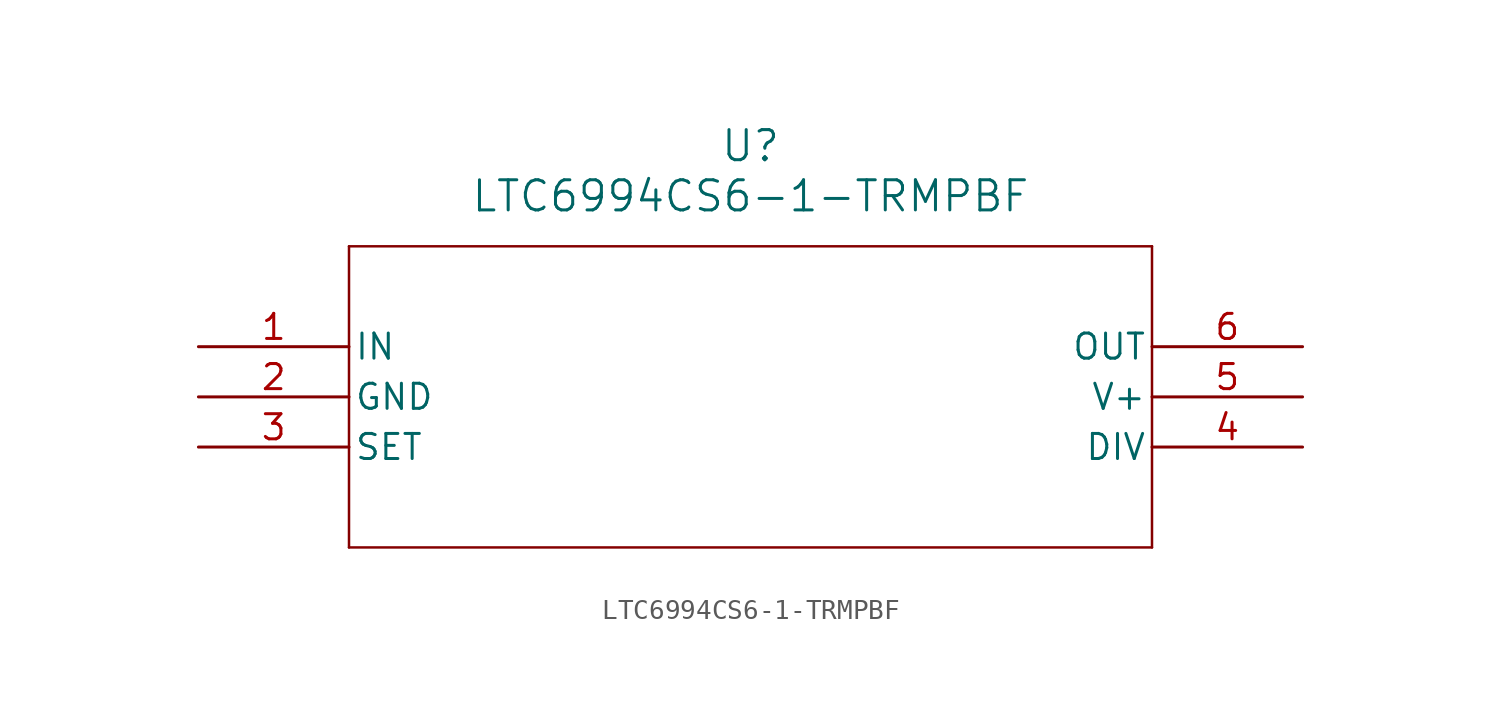
<source format=kicad_sym>
(kicad_symbol_lib
  (version 20211014)
  (generator kicad_symbol_editor)
  (symbol "LTC6994CS6-1-TRMPBF"
    (pin_names
      (offset 0.254))
    (property "Reference" "U"
      (at 27.94 10.16 0)
      (effects (font (size 1.524 1.524))))
    (property "Value" "LTC6994CS6-1-TRMPBF"
      (at 27.94 7.62 0)
      (effects (font (size 1.524 1.524))))
    (symbol "LTC6994CS6-1-TRMPBF_0_1"
      (polyline (pts (xy 7.62 5.08) (xy 7.62 -10.16)) (stroke (width 0.127) (type default) (color 0 0 0 0)) (fill (type none)))
      (polyline (pts (xy 7.62 -10.16) (xy 48.26 -10.16)) (stroke (width 0.127) (type default) (color 0 0 0 0)) (fill (type none)))
      (polyline (pts (xy 48.26 -10.16) (xy 48.26 5.08)) (stroke (width 0.127) (type default) (color 0 0 0 0)) (fill (type none)))
      (polyline (pts (xy 48.26 5.08) (xy 7.62 5.08)) (stroke (width 0.127) (type default) (color 0 0 0 0)) (fill (type none)))
      (pin input line (at 0 0 0) (length 7.62) (name "IN" (effects (font (size 1.27 1.27)))) (number "1" (effects (font (size 1.27 1.27)))))
      (pin power_in line (at 0 -2.54 0) (length 7.62) (name "GND" (effects (font (size 1.27 1.27)))) (number "2" (effects (font (size 1.27 1.27)))))
      (pin input line (at 0 -5.08 0) (length 7.62) (name "SET" (effects (font (size 1.27 1.27)))) (number "3" (effects (font (size 1.27 1.27)))))
      (pin input line (at 55.88 -5.08 180) (length 7.62) (name "DIV" (effects (font (size 1.27 1.27)))) (number "4" (effects (font (size 1.27 1.27)))))
      (pin power_in line (at 55.88 -2.54 180) (length 7.62) (name "V+" (effects (font (size 1.27 1.27)))) (number "5" (effects (font (size 1.27 1.27)))))
      (pin output line (at 55.88 0 180) (length 7.62) (name "OUT" (effects (font (size 1.27 1.27)))) (number "6" (effects (font (size 1.27 1.27))))))))
</source>
